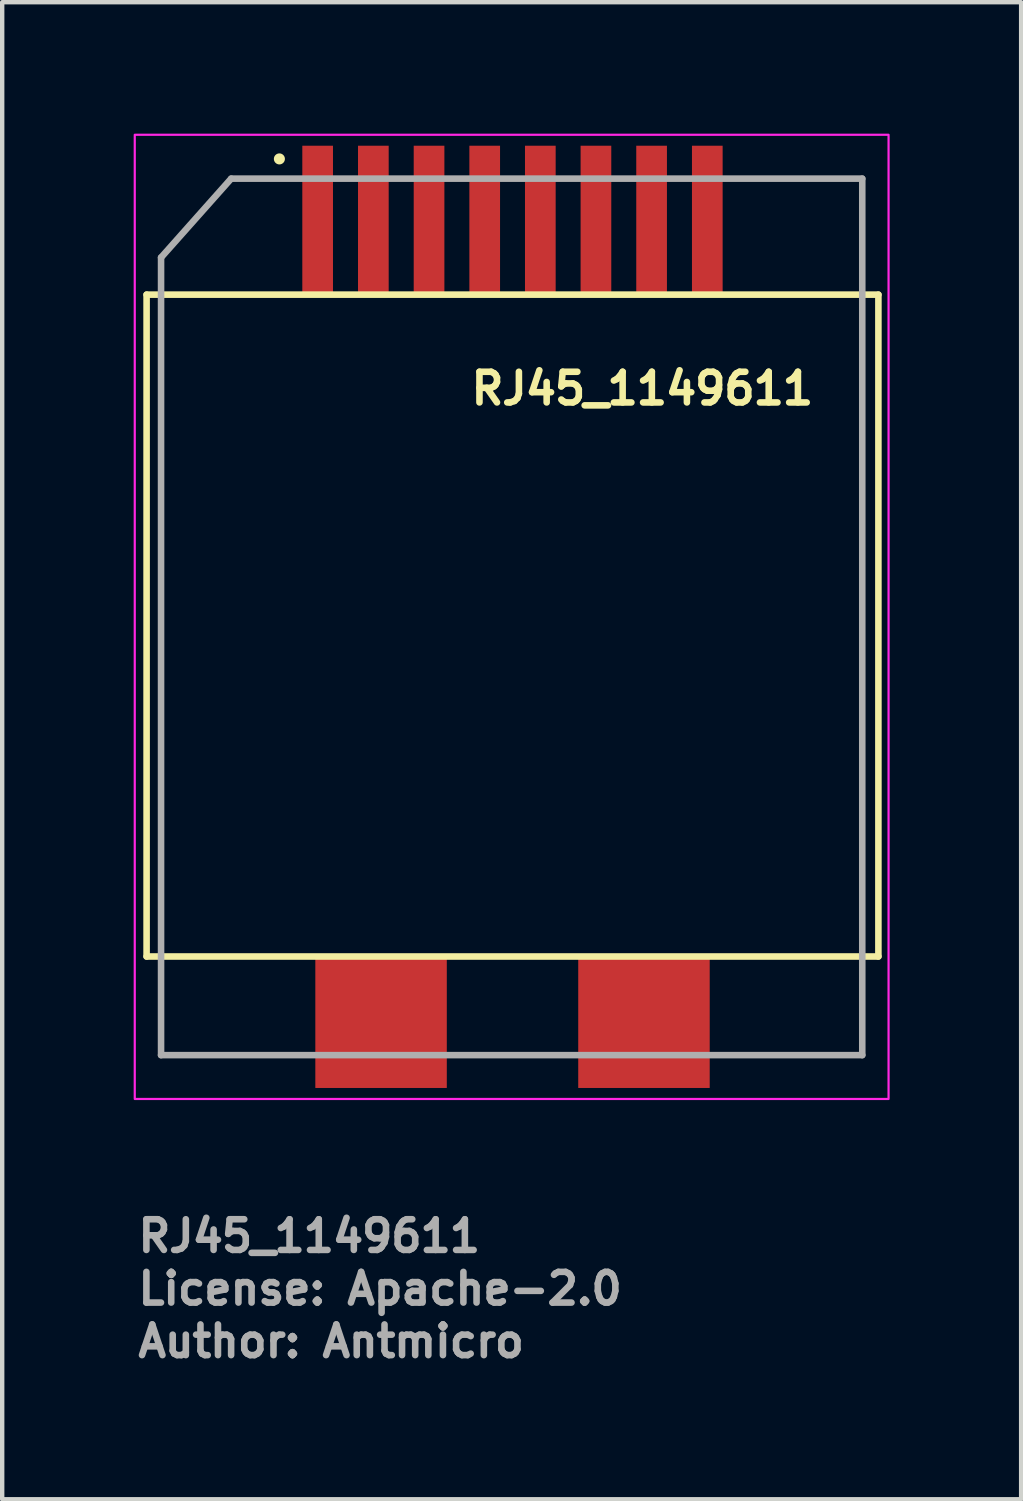
<source format=kicad_pcb>
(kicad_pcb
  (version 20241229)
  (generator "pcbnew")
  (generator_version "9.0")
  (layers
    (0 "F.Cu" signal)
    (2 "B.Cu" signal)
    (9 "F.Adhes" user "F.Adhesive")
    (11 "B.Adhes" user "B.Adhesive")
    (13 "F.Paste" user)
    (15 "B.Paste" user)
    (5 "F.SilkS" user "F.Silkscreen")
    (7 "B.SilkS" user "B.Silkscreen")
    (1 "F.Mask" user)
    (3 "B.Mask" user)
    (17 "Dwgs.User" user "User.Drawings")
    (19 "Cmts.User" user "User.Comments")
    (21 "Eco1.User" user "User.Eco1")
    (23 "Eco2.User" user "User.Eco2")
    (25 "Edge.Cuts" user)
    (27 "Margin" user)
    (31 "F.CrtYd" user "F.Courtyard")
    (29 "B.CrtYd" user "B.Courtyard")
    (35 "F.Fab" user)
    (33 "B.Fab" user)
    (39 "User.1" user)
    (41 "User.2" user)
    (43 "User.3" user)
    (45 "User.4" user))
  (footprint "RJ45_1149611"
    (layer "F.Cu")
    (at 8.625 11.026)
    (property "Reference" "RJ45_1149611" (at -1 -4.8 0) (unlocked yes) (layer "F.SilkS") (effects (font (size 0.7 0.7) (thickness 0.15)) (justify left bottom)))
    (attr smd)
    (fp_line (start -8.33 -7.353) (end -8.33 7.749) (stroke (width 0.15) (type solid)) (layer "F.SilkS"))
    (fp_line (start -8.33 -7.353) (end 8.368 -7.353) (stroke (width 0.15) (type solid)) (layer "F.SilkS"))
    (fp_line (start -8.33 7.749) (end 8.368 7.749) (stroke (width 0.15) (type solid)) (layer "F.SilkS"))
    (fp_line (start 8.368 -7.353) (end 8.368 7.749) (stroke (width 0.15) (type solid)) (layer "F.SilkS"))
    (fp_circle (center -5.3 -10.45) (end -5.249 -10.45) (stroke (width 0.15) (type solid)) (fill yes) (layer "F.SilkS"))
    (fp_rect (start -8.6 -11.001) (end 8.6 11) (stroke (width 0.05) (type solid)) (fill no) (layer "F.CrtYd"))
    (fp_line (start -8 -8.2) (end -8 10) (stroke (width 0.15) (type solid)) (layer "F.Fab"))
    (fp_line (start -8 10) (end 8 10) (stroke (width 0.15) (type solid)) (layer "F.Fab"))
    (fp_line (start -6.4 -10) (end -8 -8.2) (stroke (width 0.15) (type solid)) (layer "F.Fab"))
    (fp_line (start 8 -10) (end -6.4 -10) (stroke (width 0.15) (type solid)) (layer "F.Fab"))
    (fp_line (start 8 10) (end 8 -10) (stroke (width 0.15) (type solid)) (layer "F.Fab"))
    (fp_rect (start -8.051 -10.051) (end 8.05 10.05) (stroke (width 0.1) (type solid)) (fill no) (layer "User.5"))
    (fp_line (start -8.051 -6.752) (end -8.051 7.15) (stroke (width 0.02) (type solid)) (layer "User.9"))
    (fp_line (start -8.051 -6.752) (end -7.75 -6.752) (stroke (width 0.02) (type solid)) (layer "User.9"))
    (fp_line (start -8.051 7.15) (end -7.75 7.15) (stroke (width 0.02) (type solid)) (layer "User.9"))
    (fp_line (start -7.75 -7.052) (end -7.75 -6.752) (stroke (width 0.02) (type solid)) (layer "User.9"))
    (fp_line (start -7.75 7.448) (end -7.75 7.15) (stroke (width 0.02) (type solid)) (layer "User.9"))
    (fp_line (start -6.755 -1.486) (end -6.255 -1.486) (stroke (width 0.02) (type solid)) (layer "User.9"))
    (fp_line (start -6.755 -0.986) (end -6.755 -1.486) (stroke (width 0.02) (type solid)) (layer "User.9"))
    (fp_line (start -6.755 1.513) (end -6.755 1.013) (stroke (width 0.02) (type solid)) (layer "User.9"))
    (fp_line (start -6.255 -3.701) (end 6.254 -3.701) (stroke (width 0.02) (type solid)) (layer "User.9"))
    (fp_line (start -6.255 -1.486) (end -6.255 -3.701) (stroke (width 0.02) (type solid)) (layer "User.9"))
    (fp_line (start -6.255 1.513) (end -6.755 1.513) (stroke (width 0.02) (type solid)) (layer "User.9"))
    (fp_line (start -6.255 3.729) (end -6.255 1.513) (stroke (width 0.02) (type solid)) (layer "User.9"))
    (fp_line (start -5.955 -3.402) (end 5.953 -3.402) (stroke (width 0.02) (type solid)) (layer "User.9"))
    (fp_line (start -5.955 -0.986) (end -5.955 -3.402) (stroke (width 0.02) (type solid)) (layer "User.9"))
    (fp_line (start -5.955 3.429) (end -5.955 1.013) (stroke (width 0.02) (type solid)) (layer "User.9"))
    (fp_line (start -5.555 -0.986) (end -6.755 -0.986) (stroke (width 0.02) (type solid)) (layer "User.9"))
    (fp_line (start -5.555 -0.986) (end -5.217 -0.986) (stroke (width 0.02) (type solid)) (layer "User.9"))
    (fp_line (start -5.555 1.013) (end -6.755 1.013) (stroke (width 0.02) (type solid)) (layer "User.9"))
    (fp_line (start -5.555 1.013) (end -5.217 1.013) (stroke (width 0.02) (type solid)) (layer "User.9"))
    (fp_line (start -5.217 -0.986) (end -5.217 -0.986) (stroke (width 0.02) (type solid)) (layer "User.9"))
    (fp_line (start -5.217 -0.986) (end -5.055 -0.986) (stroke (width 0.02) (type solid)) (layer "User.9"))
    (fp_line (start -5.217 1.013) (end -5.217 1.013) (stroke (width 0.02) (type solid)) (layer "User.9"))
    (fp_line (start -5.217 1.013) (end -5.055 1.013) (stroke (width 0.02) (type solid)) (layer "User.9"))
    (fp_line (start -5.055 -0.986) (end -4.816 -0.986) (stroke (width 0.02) (type solid)) (layer "User.9"))
    (fp_line (start -5.055 1.013) (end -4.816 1.013) (stroke (width 0.02) (type solid)) (layer "User.9"))
    (fp_line (start -4.816 -0.986) (end -4.803 -0.986) (stroke (width 0.02) (type solid)) (layer "User.9"))
    (fp_line (start -4.816 1.013) (end -4.803 1.013) (stroke (width 0.02) (type solid)) (layer "User.9"))
    (fp_line (start -4.803 1.013) (end -4.803 -0.986) (stroke (width 0.02) (type solid)) (layer "User.9"))
    (fp_line (start -4.675 -7.052) (end -4.675 -10.051) (stroke (width 0.02) (type solid)) (layer "User.9"))
    (fp_line (start -4.215 -10.051) (end -4.675 -10.051) (stroke (width 0.02) (type solid)) (layer "User.9"))
    (fp_line (start -4.215 -10.051) (end -4.215 -7.052) (stroke (width 0.02) (type solid)) (layer "User.9"))
    (fp_line (start -4 9.65) (end -4 7.448) (stroke (width 0.02) (type solid)) (layer "User.9"))
    (fp_line (start -4 9.65) (end -4 9.669) (stroke (width 0.02) (type solid)) (layer "User.9"))
    (fp_line (start -4 9.669) (end -3.999 9.689) (stroke (width 0.02) (type solid)) (layer "User.9"))
    (fp_line (start -3.999 9.689) (end -3.996 9.71) (stroke (width 0.02) (type solid)) (layer "User.9"))
    (fp_line (start -3.996 9.71) (end -3.992 9.73) (stroke (width 0.02) (type solid)) (layer "User.9"))
    (fp_line (start -3.992 9.73) (end -3.988 9.749) (stroke (width 0.02) (type solid)) (layer "User.9"))
    (fp_line (start -3.988 9.749) (end -3.984 9.768) (stroke (width 0.02) (type solid)) (layer "User.9"))
    (fp_line (start -3.984 9.768) (end -3.976 9.787) (stroke (width 0.02) (type solid)) (layer "User.9"))
    (fp_line (start -3.976 9.787) (end -3.969 9.804) (stroke (width 0.02) (type solid)) (layer "User.9"))
    (fp_line (start -3.969 9.804) (end -3.962 9.823) (stroke (width 0.02) (type solid)) (layer "User.9"))
    (fp_line (start -3.962 9.823) (end -3.952 9.839) (stroke (width 0.02) (type solid)) (layer "User.9"))
    (fp_line (start -3.952 9.839) (end -3.943 9.856) (stroke (width 0.02) (type solid)) (layer "User.9"))
    (fp_line (start -3.943 9.856) (end -3.932 9.872) (stroke (width 0.02) (type solid)) (layer "User.9"))
    (fp_line (start -3.932 9.872) (end -3.922 9.888) (stroke (width 0.02) (type solid)) (layer "User.9"))
    (fp_line (start -3.922 9.888) (end -3.91 9.903) (stroke (width 0.02) (type solid)) (layer "User.9"))
    (fp_line (start -3.91 9.903) (end -3.898 9.918) (stroke (width 0.02) (type solid)) (layer "User.9"))
    (fp_line (start -3.898 9.918) (end -3.883 9.932) (stroke (width 0.02) (type solid)) (layer "User.9"))
    (fp_line (start -3.883 9.932) (end -3.87 9.945) (stroke (width 0.02) (type solid)) (layer "User.9"))
    (fp_line (start -3.87 9.945) (end -3.855 9.957) (stroke (width 0.02) (type solid)) (layer "User.9"))
    (fp_line (start -3.855 9.957) (end -3.84 9.97) (stroke (width 0.02) (type solid)) (layer "User.9"))
    (fp_line (start -3.84 9.97) (end -3.825 9.98) (stroke (width 0.02) (type solid)) (layer "User.9"))
    (fp_line (start -3.825 9.98) (end -3.809 9.992) (stroke (width 0.02) (type solid)) (layer "User.9"))
    (fp_line (start -3.809 9.992) (end -3.791 10) (stroke (width 0.02) (type solid)) (layer "User.9"))
    (fp_line (start -3.801 -3.329) (end -3.801 -3.402) (stroke (width 0.02) (type solid)) (layer "User.9"))
    (fp_line (start -3.801 -1.178) (end -3.801 -3.329) (stroke (width 0.02) (type solid)) (layer "User.9"))
    (fp_line (start -3.791 10) (end -3.774 10.009) (stroke (width 0.02) (type solid)) (layer "User.9"))
    (fp_line (start -3.774 10.009) (end -3.757 10.018) (stroke (width 0.02) (type solid)) (layer "User.9"))
    (fp_line (start -3.757 10.018) (end -3.738 10.025) (stroke (width 0.02) (type solid)) (layer "User.9"))
    (fp_line (start -3.738 10.025) (end -3.719 10.031) (stroke (width 0.02) (type solid)) (layer "User.9"))
    (fp_line (start -3.719 10.031) (end -3.701 10.037) (stroke (width 0.02) (type solid)) (layer "User.9"))
    (fp_line (start -3.701 10.037) (end -3.681 10.041) (stroke (width 0.02) (type solid)) (layer "User.9"))
    (fp_line (start -3.681 10.041) (end -3.661 10.044) (stroke (width 0.02) (type solid)) (layer "User.9"))
    (fp_line (start -3.661 10.044) (end -3.641 10.047) (stroke (width 0.02) (type solid)) (layer "User.9"))
    (fp_line (start -3.641 10.047) (end -3.621 10.048) (stroke (width 0.02) (type solid)) (layer "User.9"))
    (fp_line (start -3.621 10.048) (end -3.601 10.05) (stroke (width 0.02) (type solid)) (layer "User.9"))
    (fp_line (start -3.451 3.729) (end -6.255 3.729) (stroke (width 0.02) (type solid)) (layer "User.9"))
    (fp_line (start -3.451 5.419) (end -3.451 3.729) (stroke (width 0.02) (type solid)) (layer "User.9"))
    (fp_line (start -3.406 -7.052) (end -3.406 -10.051) (stroke (width 0.02) (type solid)) (layer "User.9"))
    (fp_line (start -3.34 -3.329) (end -3.34 -3.402) (stroke (width 0.02) (type solid)) (layer "User.9"))
    (fp_line (start -3.34 -1.178) (end -3.801 -1.178) (stroke (width 0.02) (type solid)) (layer "User.9"))
    (fp_line (start -3.34 -1.178) (end -3.34 -3.329) (stroke (width 0.02) (type solid)) (layer "User.9"))
    (fp_line (start -3.15 0.199) (end 3.149 0.199) (stroke (width 0.02) (type solid)) (layer "User.9"))
    (fp_line (start -3.15 2.128) (end -5.955 2.128) (stroke (width 0.02) (type solid)) (layer "User.9"))
    (fp_line (start -3.15 2.128) (end -3.15 0.199) (stroke (width 0.02) (type solid)) (layer "User.9"))
    (fp_line (start -3.15 3.429) (end -5.955 3.429) (stroke (width 0.02) (type solid)) (layer "User.9"))
    (fp_line (start -3.15 3.429) (end -3.15 2.128) (stroke (width 0.02) (type solid)) (layer "User.9"))
    (fp_line (start -3.15 5.068) (end 3.149 5.068) (stroke (width 0.02) (type solid)) (layer "User.9"))
    (fp_line (start -3.15 5.118) (end -3.15 3.429) (stroke (width 0.02) (type solid)) (layer "User.9"))
    (fp_line (start -2.945 -10.051) (end -3.406 -10.051) (stroke (width 0.02) (type solid)) (layer "User.9"))
    (fp_line (start -2.945 -10.051) (end -2.945 -7.052) (stroke (width 0.02) (type solid)) (layer "User.9"))
    (fp_line (start -2.801 8.229) (end -2.798 8.208) (stroke (width 0.02) (type solid)) (layer "User.9"))
    (fp_line (start -2.801 8.249) (end -2.801 8.229) (stroke (width 0.02) (type solid)) (layer "User.9"))
    (fp_line (start -2.801 8.249) (end -2.801 8.948) (stroke (width 0.02) (type solid)) (layer "User.9"))
    (fp_line (start -2.801 8.97) (end -2.801 8.948) (stroke (width 0.02) (type solid)) (layer "User.9"))
    (fp_line (start -2.798 8.208) (end -2.797 8.188) (stroke (width 0.02) (type solid)) (layer "User.9"))
    (fp_line (start -2.798 8.99) (end -2.801 8.97) (stroke (width 0.02) (type solid)) (layer "User.9"))
    (fp_line (start -2.797 8.188) (end -2.793 8.169) (stroke (width 0.02) (type solid)) (layer "User.9"))
    (fp_line (start -2.797 9.009) (end -2.798 8.99) (stroke (width 0.02) (type solid)) (layer "User.9"))
    (fp_line (start -2.793 8.169) (end -2.789 8.15) (stroke (width 0.02) (type solid)) (layer "User.9"))
    (fp_line (start -2.793 9.029) (end -2.797 9.009) (stroke (width 0.02) (type solid)) (layer "User.9"))
    (fp_line (start -2.789 8.15) (end -2.782 8.131) (stroke (width 0.02) (type solid)) (layer "User.9"))
    (fp_line (start -2.789 9.048) (end -2.793 9.029) (stroke (width 0.02) (type solid)) (layer "User.9"))
    (fp_line (start -2.782 8.131) (end -2.777 8.111) (stroke (width 0.02) (type solid)) (layer "User.9"))
    (fp_line (start -2.782 9.067) (end -2.789 9.048) (stroke (width 0.02) (type solid)) (layer "User.9"))
    (fp_line (start -2.781 -3.329) (end -2.781 -3.402) (stroke (width 0.02) (type solid)) (layer "User.9"))
    (fp_line (start -2.781 -1.178) (end -2.781 -3.329) (stroke (width 0.02) (type solid)) (layer "User.9"))
    (fp_line (start -2.777 8.111) (end -2.77 8.093) (stroke (width 0.02) (type solid)) (layer "User.9"))
    (fp_line (start -2.777 9.086) (end -2.782 9.067) (stroke (width 0.02) (type solid)) (layer "User.9"))
    (fp_line (start -2.77 8.093) (end -2.762 8.076) (stroke (width 0.02) (type solid)) (layer "User.9"))
    (fp_line (start -2.77 9.105) (end -2.777 9.086) (stroke (width 0.02) (type solid)) (layer "User.9"))
    (fp_line (start -2.762 8.076) (end -2.753 8.059) (stroke (width 0.02) (type solid)) (layer "User.9"))
    (fp_line (start -2.762 9.122) (end -2.77 9.105) (stroke (width 0.02) (type solid)) (layer "User.9"))
    (fp_line (start -2.753 8.059) (end -2.743 8.041) (stroke (width 0.02) (type solid)) (layer "User.9"))
    (fp_line (start -2.753 9.14) (end -2.762 9.122) (stroke (width 0.02) (type solid)) (layer "User.9"))
    (fp_line (start -2.743 8.041) (end -2.733 8.025) (stroke (width 0.02) (type solid)) (layer "User.9"))
    (fp_line (start -2.743 9.156) (end -2.753 9.14) (stroke (width 0.02) (type solid)) (layer "User.9"))
    (fp_line (start -2.733 8.025) (end -2.722 8.009) (stroke (width 0.02) (type solid)) (layer "User.9"))
    (fp_line (start -2.733 9.172) (end -2.743 9.156) (stroke (width 0.02) (type solid)) (layer "User.9"))
    (fp_line (start -2.722 8.009) (end -2.71 7.994) (stroke (width 0.02) (type solid)) (layer "User.9"))
    (fp_line (start -2.722 9.188) (end -2.733 9.172) (stroke (width 0.02) (type solid)) (layer "User.9"))
    (fp_line (start -2.71 7.994) (end -2.698 7.98) (stroke (width 0.02) (type solid)) (layer "User.9"))
    (fp_line (start -2.71 9.204) (end -2.722 9.188) (stroke (width 0.02) (type solid)) (layer "User.9"))
    (fp_line (start -2.698 7.98) (end -2.684 7.967) (stroke (width 0.02) (type solid)) (layer "User.9"))
    (fp_line (start -2.698 9.217) (end -2.71 9.204) (stroke (width 0.02) (type solid)) (layer "User.9"))
    (fp_line (start -2.684 7.967) (end -2.669 7.953) (stroke (width 0.02) (type solid)) (layer "User.9"))
    (fp_line (start -2.684 9.231) (end -2.698 9.217) (stroke (width 0.02) (type solid)) (layer "User.9"))
    (fp_line (start -2.669 7.953) (end -2.656 7.94) (stroke (width 0.02) (type solid)) (layer "User.9"))
    (fp_line (start -2.669 9.245) (end -2.684 9.231) (stroke (width 0.02) (type solid)) (layer "User.9"))
    (fp_line (start -2.656 7.94) (end -2.641 7.929) (stroke (width 0.02) (type solid)) (layer "User.9"))
    (fp_line (start -2.656 9.258) (end -2.669 9.245) (stroke (width 0.02) (type solid)) (layer "User.9"))
    (fp_line (start -2.641 7.929) (end -2.625 7.917) (stroke (width 0.02) (type solid)) (layer "User.9"))
    (fp_line (start -2.641 9.269) (end -2.656 9.258) (stroke (width 0.02) (type solid)) (layer "User.9"))
    (fp_line (start -2.625 7.917) (end -2.609 7.908) (stroke (width 0.02) (type solid)) (layer "User.9"))
    (fp_line (start -2.625 9.281) (end -2.641 9.269) (stroke (width 0.02) (type solid)) (layer "User.9"))
    (fp_line (start -2.609 7.908) (end -2.592 7.898) (stroke (width 0.02) (type solid)) (layer "User.9"))
    (fp_line (start -2.609 9.291) (end -2.625 9.281) (stroke (width 0.02) (type solid)) (layer "User.9"))
    (fp_line (start -2.592 7.898) (end -2.574 7.889) (stroke (width 0.02) (type solid)) (layer "User.9"))
    (fp_line (start -2.592 9.3) (end -2.609 9.291) (stroke (width 0.02) (type solid)) (layer "User.9"))
    (fp_line (start -2.574 7.889) (end -2.556 7.881) (stroke (width 0.02) (type solid)) (layer "User.9"))
    (fp_line (start -2.574 9.31) (end -2.592 9.3) (stroke (width 0.02) (type solid)) (layer "User.9"))
    (fp_line (start -2.556 7.881) (end -2.539 7.874) (stroke (width 0.02) (type solid)) (layer "User.9"))
    (fp_line (start -2.556 9.317) (end -2.574 9.31) (stroke (width 0.02) (type solid)) (layer "User.9"))
    (fp_line (start -2.539 7.874) (end -2.52 7.868) (stroke (width 0.02) (type solid)) (layer "User.9"))
    (fp_line (start -2.539 9.325) (end -2.556 9.317) (stroke (width 0.02) (type solid)) (layer "User.9"))
    (fp_line (start -2.52 7.868) (end -2.5 7.861) (stroke (width 0.02) (type solid)) (layer "User.9"))
    (fp_line (start -2.52 9.33) (end -2.539 9.325) (stroke (width 0.02) (type solid)) (layer "User.9"))
    (fp_line (start -2.5 7.861) (end -2.481 7.858) (stroke (width 0.02) (type solid)) (layer "User.9"))
    (fp_line (start -2.5 9.336) (end -2.52 9.33) (stroke (width 0.02) (type solid)) (layer "User.9"))
    (fp_line (start -2.481 7.858) (end -2.461 7.853) (stroke (width 0.02) (type solid)) (layer "User.9"))
    (fp_line (start -2.481 9.341) (end -2.5 9.336) (stroke (width 0.02) (type solid)) (layer "User.9"))
    (fp_line (start -2.461 7.853) (end -2.441 7.852) (stroke (width 0.02) (type solid)) (layer "User.9"))
    (fp_line (start -2.461 9.345) (end -2.481 9.341) (stroke (width 0.02) (type solid)) (layer "User.9"))
    (fp_line (start -2.441 7.852) (end -2.422 7.85) (stroke (width 0.02) (type solid)) (layer "User.9"))
    (fp_line (start -2.441 9.346) (end -2.461 9.345) (stroke (width 0.02) (type solid)) (layer "User.9"))
    (fp_line (start -2.422 7.85) (end -2.4 7.85) (stroke (width 0.02) (type solid)) (layer "User.9"))
    (fp_line (start -2.422 9.349) (end -2.441 9.346) (stroke (width 0.02) (type solid)) (layer "User.9"))
    (fp_line (start -2.4 7.85) (end -2.4 7.85) (stroke (width 0.02) (type solid)) (layer "User.9"))
    (fp_line (start -2.4 7.85) (end -2.38 7.85) (stroke (width 0.02) (type solid)) (layer "User.9"))
    (fp_line (start -2.4 9.349) (end -2.422 9.349) (stroke (width 0.02) (type solid)) (layer "User.9"))
    (fp_line (start -2.4 9.349) (end -2.4 9.349) (stroke (width 0.02) (type solid)) (layer "User.9"))
    (fp_line (start -2.38 7.85) (end -2.36 7.852) (stroke (width 0.02) (type solid)) (layer "User.9"))
    (fp_line (start -2.38 9.349) (end -2.4 9.349) (stroke (width 0.02) (type solid)) (layer "User.9"))
    (fp_line (start -2.36 7.852) (end -2.34 7.853) (stroke (width 0.02) (type solid)) (layer "User.9"))
    (fp_line (start -2.36 9.346) (end -2.38 9.349) (stroke (width 0.02) (type solid)) (layer "User.9"))
    (fp_line (start -2.34 7.853) (end -2.32 7.858) (stroke (width 0.02) (type solid)) (layer "User.9"))
    (fp_line (start -2.34 9.345) (end -2.36 9.346) (stroke (width 0.02) (type solid)) (layer "User.9"))
    (fp_line (start -2.331 5.419) (end -3.451 5.419) (stroke (width 0.02) (type solid)) (layer "User.9"))
    (fp_line (start -2.331 7.198) (end 2.33 7.198) (stroke (width 0.02) (type solid)) (layer "User.9"))
    (fp_line (start -2.331 7.448) (end -7.75 7.448) (stroke (width 0.02) (type solid)) (layer "User.9"))
    (fp_line (start -2.331 7.448) (end -2.331 5.419) (stroke (width 0.02) (type solid)) (layer "User.9"))
    (fp_line (start -2.331 7.448) (end 2.33 7.448) (stroke (width 0.02) (type solid)) (layer "User.9"))
    (fp_line (start -2.32 -3.329) (end -2.32 -3.402) (stroke (width 0.02) (type solid)) (layer "User.9"))
    (fp_line (start -2.32 -1.178) (end -2.781 -1.178) (stroke (width 0.02) (type solid)) (layer "User.9"))
    (fp_line (start -2.32 -1.178) (end -2.32 -3.329) (stroke (width 0.02) (type solid)) (layer "User.9"))
    (fp_line (start -2.32 7.858) (end -2.302 7.861) (stroke (width 0.02) (type solid)) (layer "User.9"))
    (fp_line (start -2.32 9.341) (end -2.34 9.345) (stroke (width 0.02) (type solid)) (layer "User.9"))
    (fp_line (start -2.302 7.861) (end -2.282 7.868) (stroke (width 0.02) (type solid)) (layer "User.9"))
    (fp_line (start -2.302 9.336) (end -2.32 9.341) (stroke (width 0.02) (type solid)) (layer "User.9"))
    (fp_line (start -2.282 7.868) (end -2.263 7.874) (stroke (width 0.02) (type solid)) (layer "User.9"))
    (fp_line (start -2.282 9.33) (end -2.302 9.336) (stroke (width 0.02) (type solid)) (layer "User.9"))
    (fp_line (start -2.263 7.874) (end -2.246 7.881) (stroke (width 0.02) (type solid)) (layer "User.9"))
    (fp_line (start -2.263 9.325) (end -2.282 9.33) (stroke (width 0.02) (type solid)) (layer "User.9"))
    (fp_line (start -2.246 7.881) (end -2.227 7.889) (stroke (width 0.02) (type solid)) (layer "User.9"))
    (fp_line (start -2.246 9.317) (end -2.263 9.325) (stroke (width 0.02) (type solid)) (layer "User.9"))
    (fp_line (start -2.227 7.889) (end -2.21 7.898) (stroke (width 0.02) (type solid)) (layer "User.9"))
    (fp_line (start -2.227 9.31) (end -2.246 9.317) (stroke (width 0.02) (type solid)) (layer "User.9"))
    (fp_line (start -2.21 7.898) (end -2.194 7.908) (stroke (width 0.02) (type solid)) (layer "User.9"))
    (fp_line (start -2.21 9.3) (end -2.227 9.31) (stroke (width 0.02) (type solid)) (layer "User.9"))
    (fp_line (start -2.194 7.908) (end -2.178 7.917) (stroke (width 0.02) (type solid)) (layer "User.9"))
    (fp_line (start -2.194 9.291) (end -2.21 9.3) (stroke (width 0.02) (type solid)) (layer "User.9"))
    (fp_line (start -2.178 7.917) (end -2.161 7.929) (stroke (width 0.02) (type solid)) (layer "User.9"))
    (fp_line (start -2.178 9.281) (end -2.194 9.291) (stroke (width 0.02) (type solid)) (layer "User.9"))
    (fp_line (start -2.161 7.929) (end -2.146 7.94) (stroke (width 0.02) (type solid)) (layer "User.9"))
    (fp_line (start -2.161 9.269) (end -2.178 9.281) (stroke (width 0.02) (type solid)) (layer "User.9"))
    (fp_line (start -2.146 7.94) (end -2.133 7.953) (stroke (width 0.02) (type solid)) (layer "User.9"))
    (fp_line (start -2.146 9.258) (end -2.161 9.269) (stroke (width 0.02) (type solid)) (layer "User.9"))
    (fp_line (start -2.136 -7.052) (end -2.136 -10.051) (stroke (width 0.02) (type solid)) (layer "User.9"))
    (fp_line (start -2.133 7.953) (end -2.118 7.967) (stroke (width 0.02) (type solid)) (layer "User.9"))
    (fp_line (start -2.133 9.245) (end -2.146 9.258) (stroke (width 0.02) (type solid)) (layer "User.9"))
    (fp_line (start -2.118 7.967) (end -2.105 7.98) (stroke (width 0.02) (type solid)) (layer "User.9"))
    (fp_line (start -2.118 9.231) (end -2.133 9.245) (stroke (width 0.02) (type solid)) (layer "User.9"))
    (fp_line (start -2.105 7.98) (end -2.093 7.994) (stroke (width 0.02) (type solid)) (layer "User.9"))
    (fp_line (start -2.105 9.217) (end -2.118 9.231) (stroke (width 0.02) (type solid)) (layer "User.9"))
    (fp_line (start -2.093 7.994) (end -2.081 8.009) (stroke (width 0.02) (type solid)) (layer "User.9"))
    (fp_line (start -2.093 9.204) (end -2.105 9.217) (stroke (width 0.02) (type solid)) (layer "User.9"))
    (fp_line (start -2.081 8.009) (end -2.069 8.025) (stroke (width 0.02) (type solid)) (layer "User.9"))
    (fp_line (start -2.081 9.188) (end -2.093 9.204) (stroke (width 0.02) (type solid)) (layer "User.9"))
    (fp_line (start -2.069 8.025) (end -2.058 8.041) (stroke (width 0.02) (type solid)) (layer "User.9"))
    (fp_line (start -2.069 9.172) (end -2.081 9.188) (stroke (width 0.02) (type solid)) (layer "User.9"))
    (fp_line (start -2.058 8.041) (end -2.049 8.059) (stroke (width 0.02) (type solid)) (layer "User.9"))
    (fp_line (start -2.058 9.156) (end -2.069 9.172) (stroke (width 0.02) (type solid)) (layer "User.9"))
    (fp_line (start -2.049 8.059) (end -2.04 8.076) (stroke (width 0.02) (type solid)) (layer "User.9"))
    (fp_line (start -2.049 9.14) (end -2.058 9.156) (stroke (width 0.02) (type solid)) (layer "User.9"))
    (fp_line (start -2.04 8.076) (end -2.032 8.093) (stroke (width 0.02) (type solid)) (layer "User.9"))
    (fp_line (start -2.04 9.122) (end -2.049 9.14) (stroke (width 0.02) (type solid)) (layer "User.9"))
    (fp_line (start -2.032 8.093) (end -2.025 8.111) (stroke (width 0.02) (type solid)) (layer "User.9"))
    (fp_line (start -2.032 9.105) (end -2.04 9.122) (stroke (width 0.02) (type solid)) (layer "User.9"))
    (fp_line (start -2.031 5.118) (end -3.15 5.118) (stroke (width 0.02) (type solid)) (layer "User.9"))
    (fp_line (start -2.031 7.007) (end -2.031 5.118) (stroke (width 0.02) (type solid)) (layer "User.9"))
    (fp_line (start -2.031 7.007) (end 2.03 7.007) (stroke (width 0.02) (type solid)) (layer "User.9"))
    (fp_line (start -2.025 8.111) (end -2.02 8.131) (stroke (width 0.02) (type solid)) (layer "User.9"))
    (fp_line (start -2.025 9.086) (end -2.032 9.105) (stroke (width 0.02) (type solid)) (layer "User.9"))
    (fp_line (start -2.02 8.131) (end -2.013 8.15) (stroke (width 0.02) (type solid)) (layer "User.9"))
    (fp_line (start -2.02 9.067) (end -2.025 9.086) (stroke (width 0.02) (type solid)) (layer "User.9"))
    (fp_line (start -2.013 8.15) (end -2.009 8.169) (stroke (width 0.02) (type solid)) (layer "User.9"))
    (fp_line (start -2.013 9.048) (end -2.02 9.067) (stroke (width 0.02) (type solid)) (layer "User.9"))
    (fp_line (start -2.009 8.169) (end -2.005 8.188) (stroke (width 0.02) (type solid)) (layer "User.9"))
    (fp_line (start -2.009 9.029) (end -2.013 9.048) (stroke (width 0.02) (type solid)) (layer "User.9"))
    (fp_line (start -2.005 8.188) (end -2.004 8.208) (stroke (width 0.02) (type solid)) (layer "User.9"))
    (fp_line (start -2.005 9.009) (end -2.009 9.029) (stroke (width 0.02) (type solid)) (layer "User.9"))
    (fp_line (start -2.004 8.208) (end -2.001 8.229) (stroke (width 0.02) (type solid)) (layer "User.9"))
    (fp_line (start -2.004 8.99) (end -2.005 9.009) (stroke (width 0.02) (type solid)) (layer "User.9"))
    (fp_line (start -2.001 8.229) (end -2 8.249) (stroke (width 0.02) (type solid)) (layer "User.9"))
    (fp_line (start -2.001 8.97) (end -2.004 8.99) (stroke (width 0.02) (type solid)) (layer "User.9"))
    (fp_line (start -2 8.948) (end -2.001 8.97) (stroke (width 0.02) (type solid)) (layer "User.9"))
    (fp_line (start -2 8.948) (end -2 8.249) (stroke (width 0.02) (type solid)) (layer "User.9"))
    (fp_line (start -1.76 -3.329) (end -1.76 -3.402) (stroke (width 0.02) (type solid)) (layer "User.9"))
    (fp_line (start -1.76 -1.178) (end -1.76 -3.329) (stroke (width 0.02) (type solid)) (layer "User.9"))
    (fp_line (start -1.676 -10.051) (end -2.136 -10.051) (stroke (width 0.02) (type solid)) (layer "User.9"))
    (fp_line (start -1.676 -10.051) (end -1.676 -7.052) (stroke (width 0.02) (type solid)) (layer "User.9"))
    (fp_line (start -1.301 -3.329) (end -1.301 -3.402) (stroke (width 0.02) (type solid)) (layer "User.9"))
    (fp_line (start -1.301 -1.178) (end -1.76 -1.178) (stroke (width 0.02) (type solid)) (layer "User.9"))
    (fp_line (start -1.301 -1.178) (end -1.301 -3.329) (stroke (width 0.02) (type solid)) (layer "User.9"))
    (fp_line (start -1.25 7.448) (end -1.25 9.188) (stroke (width 0.02) (type solid)) (layer "User.9"))
    (fp_line (start -1.25 9.188) (end -1.25 9.24) (stroke (width 0.02) (type solid)) (layer "User.9"))
    (fp_line (start -1.25 9.24) (end -1.25 9.829) (stroke (width 0.02) (type solid)) (layer "User.9"))
    (fp_line (start -1.25 9.829) (end -1.25 9.951) (stroke (width 0.02) (type solid)) (layer "User.9"))
    (fp_line (start -0.865 -7.052) (end -0.865 -10.051) (stroke (width 0.02) (type solid)) (layer "User.9"))
    (fp_line (start -0.74 -3.329) (end -0.74 -3.402) (stroke (width 0.02) (type solid)) (layer "User.9"))
    (fp_line (start -0.74 -1.178) (end -0.74 -3.329) (stroke (width 0.02) (type solid)) (layer "User.9"))
    (fp_line (start -0.406 -10.051) (end -0.865 -10.051) (stroke (width 0.02) (type solid)) (layer "User.9"))
    (fp_line (start -0.406 -10.051) (end -0.406 -7.052) (stroke (width 0.02) (type solid)) (layer "User.9"))
    (fp_line (start -0.281 -3.329) (end -0.281 -3.402) (stroke (width 0.02) (type solid)) (layer "User.9"))
    (fp_line (start -0.281 -1.178) (end -0.74 -1.178) (stroke (width 0.02) (type solid)) (layer "User.9"))
    (fp_line (start -0.281 -1.178) (end -0.281 -3.329) (stroke (width 0.02) (type solid)) (layer "User.9"))
    (fp_line (start 0.28 -3.329) (end 0.28 -3.402) (stroke (width 0.02) (type solid)) (layer "User.9"))
    (fp_line (start 0.28 -1.178) (end 0.28 -3.329) (stroke (width 0.02) (type solid)) (layer "User.9"))
    (fp_line (start 0.405 -7.052) (end 0.405 -10.051) (stroke (width 0.02) (type solid)) (layer "User.9"))
    (fp_line (start 0.739 -3.329) (end 0.739 -3.402) (stroke (width 0.02) (type solid)) (layer "User.9"))
    (fp_line (start 0.739 -1.178) (end 0.28 -1.178) (stroke (width 0.02) (type solid)) (layer "User.9"))
    (fp_line (start 0.739 -1.178) (end 0.739 -3.329) (stroke (width 0.02) (type solid)) (layer "User.9"))
    (fp_line (start 0.864 -10.051) (end 0.405 -10.051) (stroke (width 0.02) (type solid)) (layer "User.9"))
    (fp_line (start 0.864 -10.051) (end 0.864 -7.052) (stroke (width 0.02) (type solid)) (layer "User.9"))
    (fp_line (start 1.249 7.448) (end 1.249 9.188) (stroke (width 0.02) (type solid)) (layer "User.9"))
    (fp_line (start 1.249 9.188) (end 1.249 9.24) (stroke (width 0.02) (type solid)) (layer "User.9"))
    (fp_line (start 1.249 9.24) (end 1.249 9.829) (stroke (width 0.02) (type solid)) (layer "User.9"))
    (fp_line (start 1.249 9.829) (end -1.25 9.829) (stroke (width 0.02) (type solid)) (layer "User.9"))
    (fp_line (start 1.249 9.829) (end 1.249 9.951) (stroke (width 0.02) (type solid)) (layer "User.9"))
    (fp_line (start 1.249 9.951) (end -1.25 9.951) (stroke (width 0.02) (type solid)) (layer "User.9"))
    (fp_line (start 1.3 -3.329) (end 1.3 -3.402) (stroke (width 0.02) (type solid)) (layer "User.9"))
    (fp_line (start 1.3 -1.178) (end 1.3 -3.329) (stroke (width 0.02) (type solid)) (layer "User.9"))
    (fp_line (start 1.675 -7.052) (end 1.675 -10.051) (stroke (width 0.02) (type solid)) (layer "User.9"))
    (fp_line (start 1.759 -3.329) (end 1.759 -3.402) (stroke (width 0.02) (type solid)) (layer "User.9"))
    (fp_line (start 1.759 -1.178) (end 1.3 -1.178) (stroke (width 0.02) (type solid)) (layer "User.9"))
    (fp_line (start 1.759 -1.178) (end 1.759 -3.329) (stroke (width 0.02) (type solid)) (layer "User.9"))
    (fp_line (start 1.999 8.229) (end 2.002 8.208) (stroke (width 0.02) (type solid)) (layer "User.9"))
    (fp_line (start 1.999 8.249) (end 1.999 8.229) (stroke (width 0.02) (type solid)) (layer "User.9"))
    (fp_line (start 1.999 8.249) (end 1.999 8.948) (stroke (width 0.02) (type solid)) (layer "User.9"))
    (fp_line (start 1.999 8.97) (end 1.999 8.948) (stroke (width 0.02) (type solid)) (layer "User.9"))
    (fp_line (start 2.002 8.208) (end 2.003 8.188) (stroke (width 0.02) (type solid)) (layer "User.9"))
    (fp_line (start 2.002 8.99) (end 1.999 8.97) (stroke (width 0.02) (type solid)) (layer "User.9"))
    (fp_line (start 2.003 8.188) (end 2.007 8.169) (stroke (width 0.02) (type solid)) (layer "User.9"))
    (fp_line (start 2.003 9.009) (end 2.002 8.99) (stroke (width 0.02) (type solid)) (layer "User.9"))
    (fp_line (start 2.007 8.169) (end 2.011 8.15) (stroke (width 0.02) (type solid)) (layer "User.9"))
    (fp_line (start 2.007 9.029) (end 2.003 9.009) (stroke (width 0.02) (type solid)) (layer "User.9"))
    (fp_line (start 2.011 8.15) (end 2.018 8.131) (stroke (width 0.02) (type solid)) (layer "User.9"))
    (fp_line (start 2.011 9.048) (end 2.007 9.029) (stroke (width 0.02) (type solid)) (layer "User.9"))
    (fp_line (start 2.018 8.131) (end 2.023 8.111) (stroke (width 0.02) (type solid)) (layer "User.9"))
    (fp_line (start 2.018 9.067) (end 2.011 9.048) (stroke (width 0.02) (type solid)) (layer "User.9"))
    (fp_line (start 2.023 8.111) (end 2.031 8.093) (stroke (width 0.02) (type solid)) (layer "User.9"))
    (fp_line (start 2.023 9.086) (end 2.018 9.067) (stroke (width 0.02) (type solid)) (layer "User.9"))
    (fp_line (start 2.03 5.118) (end 2.03 7.007) (stroke (width 0.02) (type solid)) (layer "User.9"))
    (fp_line (start 2.03 6.099) (end -2.031 6.099) (stroke (width 0.02) (type solid)) (layer "User.9"))
    (fp_line (start 2.03 6.398) (end -2.031 6.398) (stroke (width 0.02) (type solid)) (layer "User.9"))
    (fp_line (start 2.031 8.093) (end 2.039 8.076) (stroke (width 0.02) (type solid)) (layer "User.9"))
    (fp_line (start 2.031 9.105) (end 2.023 9.086) (stroke (width 0.02) (type solid)) (layer "User.9"))
    (fp_line (start 2.039 8.076) (end 2.048 8.059) (stroke (width 0.02) (type solid)) (layer "User.9"))
    (fp_line (start 2.039 9.122) (end 2.031 9.105) (stroke (width 0.02) (type solid)) (layer "User.9"))
    (fp_line (start 2.048 8.059) (end 2.056 8.041) (stroke (width 0.02) (type solid)) (layer "User.9"))
    (fp_line (start 2.048 9.14) (end 2.039 9.122) (stroke (width 0.02) (type solid)) (layer "User.9"))
    (fp_line (start 2.056 8.041) (end 2.068 8.025) (stroke (width 0.02) (type solid)) (layer "User.9"))
    (fp_line (start 2.056 9.156) (end 2.048 9.14) (stroke (width 0.02) (type solid)) (layer "User.9"))
    (fp_line (start 2.068 8.025) (end 2.079 8.009) (stroke (width 0.02) (type solid)) (layer "User.9"))
    (fp_line (start 2.068 9.172) (end 2.056 9.156) (stroke (width 0.02) (type solid)) (layer "User.9"))
    (fp_line (start 2.079 8.009) (end 2.091 7.994) (stroke (width 0.02) (type solid)) (layer "User.9"))
    (fp_line (start 2.079 9.188) (end 2.068 9.172) (stroke (width 0.02) (type solid)) (layer "User.9"))
    (fp_line (start 2.091 7.994) (end 2.103 7.98) (stroke (width 0.02) (type solid)) (layer "User.9"))
    (fp_line (start 2.091 9.204) (end 2.079 9.188) (stroke (width 0.02) (type solid)) (layer "User.9"))
    (fp_line (start 2.103 7.98) (end 2.116 7.967) (stroke (width 0.02) (type solid)) (layer "User.9"))
    (fp_line (start 2.103 9.217) (end 2.091 9.204) (stroke (width 0.02) (type solid)) (layer "User.9"))
    (fp_line (start 2.116 7.967) (end 2.131 7.953) (stroke (width 0.02) (type solid)) (layer "User.9"))
    (fp_line (start 2.116 9.231) (end 2.103 9.217) (stroke (width 0.02) (type solid)) (layer "User.9"))
    (fp_line (start 2.131 7.953) (end 2.144 7.94) (stroke (width 0.02) (type solid)) (layer "User.9"))
    (fp_line (start 2.131 9.245) (end 2.116 9.231) (stroke (width 0.02) (type solid)) (layer "User.9"))
    (fp_line (start 2.135 -10.051) (end 1.675 -10.051) (stroke (width 0.02) (type solid)) (layer "User.9"))
    (fp_line (start 2.135 -10.051) (end 2.135 -7.052) (stroke (width 0.02) (type solid)) (layer "User.9"))
    (fp_line (start 2.144 7.94) (end 2.16 7.929) (stroke (width 0.02) (type solid)) (layer "User.9"))
    (fp_line (start 2.144 9.258) (end 2.131 9.245) (stroke (width 0.02) (type solid)) (layer "User.9"))
    (fp_line (start 2.16 7.929) (end 2.176 7.917) (stroke (width 0.02) (type solid)) (layer "User.9"))
    (fp_line (start 2.16 9.269) (end 2.144 9.258) (stroke (width 0.02) (type solid)) (layer "User.9"))
    (fp_line (start 2.176 7.917) (end 2.192 7.908) (stroke (width 0.02) (type solid)) (layer "User.9"))
    (fp_line (start 2.176 9.281) (end 2.16 9.269) (stroke (width 0.02) (type solid)) (layer "User.9"))
    (fp_line (start 2.192 7.908) (end 2.209 7.898) (stroke (width 0.02) (type solid)) (layer "User.9"))
    (fp_line (start 2.192 9.291) (end 2.176 9.281) (stroke (width 0.02) (type solid)) (layer "User.9"))
    (fp_line (start 2.209 7.898) (end 2.225 7.889) (stroke (width 0.02) (type solid)) (layer "User.9"))
    (fp_line (start 2.209 9.3) (end 2.192 9.291) (stroke (width 0.02) (type solid)) (layer "User.9"))
    (fp_line (start 2.225 7.889) (end 2.244 7.881) (stroke (width 0.02) (type solid)) (layer "User.9"))
    (fp_line (start 2.225 9.31) (end 2.209 9.3) (stroke (width 0.02) (type solid)) (layer "User.9"))
    (fp_line (start 2.244 7.881) (end 2.261 7.874) (stroke (width 0.02) (type solid)) (layer "User.9"))
    (fp_line (start 2.244 9.317) (end 2.225 9.31) (stroke (width 0.02) (type solid)) (layer "User.9"))
    (fp_line (start 2.261 7.874) (end 2.281 7.868) (stroke (width 0.02) (type solid)) (layer "User.9"))
    (fp_line (start 2.261 9.325) (end 2.244 9.317) (stroke (width 0.02) (type solid)) (layer "User.9"))
    (fp_line (start 2.281 7.868) (end 2.3 7.861) (stroke (width 0.02) (type solid)) (layer "User.9"))
    (fp_line (start 2.281 9.33) (end 2.261 9.325) (stroke (width 0.02) (type solid)) (layer "User.9"))
    (fp_line (start 2.3 7.861) (end 2.318 7.858) (stroke (width 0.02) (type solid)) (layer "User.9"))
    (fp_line (start 2.3 9.336) (end 2.281 9.33) (stroke (width 0.02) (type solid)) (layer "User.9"))
    (fp_line (start 2.318 7.858) (end 2.338 7.853) (stroke (width 0.02) (type solid)) (layer "User.9"))
    (fp_line (start 2.318 9.341) (end 2.3 9.336) (stroke (width 0.02) (type solid)) (layer "User.9"))
    (fp_line (start 2.319 -3.329) (end 2.319 -3.402) (stroke (width 0.02) (type solid)) (layer "User.9"))
    (fp_line (start 2.319 -1.178) (end 2.319 -3.329) (stroke (width 0.02) (type solid)) (layer "User.9"))
    (fp_line (start 2.33 5.419) (end 2.33 7.448) (stroke (width 0.02) (type solid)) (layer "User.9"))
    (fp_line (start 2.338 7.853) (end 2.358 7.852) (stroke (width 0.02) (type solid)) (layer "User.9"))
    (fp_line (start 2.338 9.345) (end 2.318 9.341) (stroke (width 0.02) (type solid)) (layer "User.9"))
    (fp_line (start 2.358 7.852) (end 2.378 7.85) (stroke (width 0.02) (type solid)) (layer "User.9"))
    (fp_line (start 2.358 9.346) (end 2.338 9.345) (stroke (width 0.02) (type solid)) (layer "User.9"))
    (fp_line (start 2.378 7.85) (end 2.399 7.85) (stroke (width 0.02) (type solid)) (layer "User.9"))
    (fp_line (start 2.378 9.349) (end 2.358 9.346) (stroke (width 0.02) (type solid)) (layer "User.9"))
    (fp_line (start 2.399 7.85) (end 2.399 7.85) (stroke (width 0.02) (type solid)) (layer "User.9"))
    (fp_line (start 2.399 7.85) (end 2.419 7.85) (stroke (width 0.02) (type solid)) (layer "User.9"))
    (fp_line (start 2.399 9.349) (end 2.378 9.349) (stroke (width 0.02) (type solid)) (layer "User.9"))
    (fp_line (start 2.399 9.349) (end 2.399 9.349) (stroke (width 0.02) (type solid)) (layer "User.9"))
    (fp_line (start 2.419 7.85) (end 2.439 7.852) (stroke (width 0.02) (type solid)) (layer "User.9"))
    (fp_line (start 2.419 9.349) (end 2.399 9.349) (stroke (width 0.02) (type solid)) (layer "User.9"))
    (fp_line (start 2.439 7.852) (end 2.459 7.853) (stroke (width 0.02) (type solid)) (layer "User.9"))
    (fp_line (start 2.439 9.346) (end 2.419 9.349) (stroke (width 0.02) (type solid)) (layer "User.9"))
    (fp_line (start 2.459 7.853) (end 2.479 7.858) (stroke (width 0.02) (type solid)) (layer "User.9"))
    (fp_line (start 2.459 9.345) (end 2.439 9.346) (stroke (width 0.02) (type solid)) (layer "User.9"))
    (fp_line (start 2.479 7.858) (end 2.499 7.861) (stroke (width 0.02) (type solid)) (layer "User.9"))
    (fp_line (start 2.479 9.341) (end 2.459 9.345) (stroke (width 0.02) (type solid)) (layer "User.9"))
    (fp_line (start 2.499 7.861) (end 2.518 7.868) (stroke (width 0.02) (type solid)) (layer "User.9"))
    (fp_line (start 2.499 9.336) (end 2.479 9.341) (stroke (width 0.02) (type solid)) (layer "User.9"))
    (fp_line (start 2.518 7.868) (end 2.536 7.874) (stroke (width 0.02) (type solid)) (layer "User.9"))
    (fp_line (start 2.518 9.33) (end 2.499 9.336) (stroke (width 0.02) (type solid)) (layer "User.9"))
    (fp_line (start 2.536 7.874) (end 2.555 7.881) (stroke (width 0.02) (type solid)) (layer "User.9"))
    (fp_line (start 2.536 9.325) (end 2.518 9.33) (stroke (width 0.02) (type solid)) (layer "User.9"))
    (fp_line (start 2.555 7.881) (end 2.572 7.889) (stroke (width 0.02) (type solid)) (layer "User.9"))
    (fp_line (start 2.555 9.317) (end 2.536 9.325) (stroke (width 0.02) (type solid)) (layer "User.9"))
    (fp_line (start 2.572 7.889) (end 2.589 7.898) (stroke (width 0.02) (type solid)) (layer "User.9"))
    (fp_line (start 2.572 9.31) (end 2.555 9.317) (stroke (width 0.02) (type solid)) (layer "User.9"))
    (fp_line (start 2.589 7.898) (end 2.607 7.908) (stroke (width 0.02) (type solid)) (layer "User.9"))
    (fp_line (start 2.589 9.3) (end 2.572 9.31) (stroke (width 0.02) (type solid)) (layer "User.9"))
    (fp_line (start 2.607 7.908) (end 2.623 7.917) (stroke (width 0.02) (type solid)) (layer "User.9"))
    (fp_line (start 2.607 9.291) (end 2.589 9.3) (stroke (width 0.02) (type solid)) (layer "User.9"))
    (fp_line (start 2.623 7.917) (end 2.639 7.929) (stroke (width 0.02) (type solid)) (layer "User.9"))
    (fp_line (start 2.623 9.281) (end 2.607 9.291) (stroke (width 0.02) (type solid)) (layer "User.9"))
    (fp_line (start 2.639 7.929) (end 2.653 7.94) (stroke (width 0.02) (type solid)) (layer "User.9"))
    (fp_line (start 2.639 9.269) (end 2.623 9.281) (stroke (width 0.02) (type solid)) (layer "User.9"))
    (fp_line (start 2.653 7.94) (end 2.668 7.953) (stroke (width 0.02) (type solid)) (layer "User.9"))
    (fp_line (start 2.653 9.258) (end 2.639 9.269) (stroke (width 0.02) (type solid)) (layer "User.9"))
    (fp_line (start 2.668 7.953) (end 2.681 7.967) (stroke (width 0.02) (type solid)) (layer "User.9"))
    (fp_line (start 2.668 9.245) (end 2.653 9.258) (stroke (width 0.02) (type solid)) (layer "User.9"))
    (fp_line (start 2.681 7.967) (end 2.696 7.98) (stroke (width 0.02) (type solid)) (layer "User.9"))
    (fp_line (start 2.681 9.231) (end 2.668 9.245) (stroke (width 0.02) (type solid)) (layer "User.9"))
    (fp_line (start 2.696 7.98) (end 2.708 7.994) (stroke (width 0.02) (type solid)) (layer "User.9"))
    (fp_line (start 2.696 9.217) (end 2.681 9.231) (stroke (width 0.02) (type solid)) (layer "User.9"))
    (fp_line (start 2.708 7.994) (end 2.72 8.009) (stroke (width 0.02) (type solid)) (layer "User.9"))
    (fp_line (start 2.708 9.204) (end 2.696 9.217) (stroke (width 0.02) (type solid)) (layer "User.9"))
    (fp_line (start 2.72 8.009) (end 2.73 8.025) (stroke (width 0.02) (type solid)) (layer "User.9"))
    (fp_line (start 2.72 9.188) (end 2.708 9.204) (stroke (width 0.02) (type solid)) (layer "User.9"))
    (fp_line (start 2.73 8.025) (end 2.741 8.041) (stroke (width 0.02) (type solid)) (layer "User.9"))
    (fp_line (start 2.73 9.172) (end 2.72 9.188) (stroke (width 0.02) (type solid)) (layer "User.9"))
    (fp_line (start 2.741 8.041) (end 2.75 8.059) (stroke (width 0.02) (type solid)) (layer "User.9"))
    (fp_line (start 2.741 9.156) (end 2.73 9.172) (stroke (width 0.02) (type solid)) (layer "User.9"))
    (fp_line (start 2.75 8.059) (end 2.76 8.076) (stroke (width 0.02) (type solid)) (layer "User.9"))
    (fp_line (start 2.75 9.14) (end 2.741 9.156) (stroke (width 0.02) (type solid)) (layer "User.9"))
    (fp_line (start 2.76 8.076) (end 2.768 8.093) (stroke (width 0.02) (type solid)) (layer "User.9"))
    (fp_line (start 2.76 9.122) (end 2.75 9.14) (stroke (width 0.02) (type solid)) (layer "User.9"))
    (fp_line (start 2.768 8.093) (end 2.774 8.111) (stroke (width 0.02) (type solid)) (layer "User.9"))
    (fp_line (start 2.768 9.105) (end 2.76 9.122) (stroke (width 0.02) (type solid)) (layer "User.9"))
    (fp_line (start 2.774 8.111) (end 2.781 8.131) (stroke (width 0.02) (type solid)) (layer "User.9"))
    (fp_line (start 2.774 9.086) (end 2.768 9.105) (stroke (width 0.02) (type solid)) (layer "User.9"))
    (fp_line (start 2.78 -3.329) (end 2.78 -3.402) (stroke (width 0.02) (type solid)) (layer "User.9"))
    (fp_line (start 2.78 -1.178) (end 2.319 -1.178) (stroke (width 0.02) (type solid)) (layer "User.9"))
    (fp_line (start 2.78 -1.178) (end 2.78 -3.329) (stroke (width 0.02) (type solid)) (layer "User.9"))
    (fp_line (start 2.781 8.131) (end 2.786 8.15) (stroke (width 0.02) (type solid)) (layer "User.9"))
    (fp_line (start 2.781 9.067) (end 2.774 9.086) (stroke (width 0.02) (type solid)) (layer "User.9"))
    (fp_line (start 2.786 8.15) (end 2.79 8.169) (stroke (width 0.02) (type solid)) (layer "User.9"))
    (fp_line (start 2.786 9.048) (end 2.781 9.067) (stroke (width 0.02) (type solid)) (layer "User.9"))
    (fp_line (start 2.79 8.169) (end 2.794 8.188) (stroke (width 0.02) (type solid)) (layer "User.9"))
    (fp_line (start 2.79 9.029) (end 2.786 9.048) (stroke (width 0.02) (type solid)) (layer "User.9"))
    (fp_line (start 2.794 8.188) (end 2.797 8.208) (stroke (width 0.02) (type solid)) (layer "User.9"))
    (fp_line (start 2.794 9.009) (end 2.79 9.029) (stroke (width 0.02) (type solid)) (layer "User.9"))
    (fp_line (start 2.797 8.208) (end 2.798 8.229) (stroke (width 0.02) (type solid)) (layer "User.9"))
    (fp_line (start 2.797 8.99) (end 2.794 9.009) (stroke (width 0.02) (type solid)) (layer "User.9"))
    (fp_line (start 2.798 8.229) (end 2.8 8.249) (stroke (width 0.02) (type solid)) (layer "User.9"))
    (fp_line (start 2.798 8.97) (end 2.797 8.99) (stroke (width 0.02) (type solid)) (layer "User.9"))
    (fp_line (start 2.8 8.948) (end 2.798 8.97) (stroke (width 0.02) (type solid)) (layer "User.9"))
    (fp_line (start 2.8 8.948) (end 2.8 8.249) (stroke (width 0.02) (type solid)) (layer "User.9"))
    (fp_line (start 2.944 -7.052) (end 2.944 -10.051) (stroke (width 0.02) (type solid)) (layer "User.9"))
    (fp_line (start 3.149 0.199) (end 3.149 2.128) (stroke (width 0.02) (type solid)) (layer "User.9"))
    (fp_line (start 3.149 2.128) (end 3.149 3.429) (stroke (width 0.02) (type solid)) (layer "User.9"))
    (fp_line (start 3.149 3.429) (end 3.149 5.118) (stroke (width 0.02) (type solid)) (layer "User.9"))
    (fp_line (start 3.149 5.118) (end 2.03 5.118) (stroke (width 0.02) (type solid)) (layer "User.9"))
    (fp_line (start 3.339 -3.329) (end 3.339 -3.402) (stroke (width 0.02) (type solid)) (layer "User.9"))
    (fp_line (start 3.339 -1.178) (end 3.339 -3.329) (stroke (width 0.02) (type solid)) (layer "User.9"))
    (fp_line (start 3.405 -10.051) (end 2.944 -10.051) (stroke (width 0.02) (type solid)) (layer "User.9"))
    (fp_line (start 3.405 -10.051) (end 3.405 -7.052) (stroke (width 0.02) (type solid)) (layer "User.9"))
    (fp_line (start 3.45 3.729) (end 3.45 5.419) (stroke (width 0.02) (type solid)) (layer "User.9"))
    (fp_line (start 3.45 5.419) (end 2.33 5.419) (stroke (width 0.02) (type solid)) (layer "User.9"))
    (fp_line (start 3.6 10.05) (end -3.601 10.05) (stroke (width 0.02) (type solid)) (layer "User.9"))
    (fp_line (start 3.6 10.05) (end 3.62 10.048) (stroke (width 0.02) (type solid)) (layer "User.9"))
    (fp_line (start 3.62 10.048) (end 3.64 10.047) (stroke (width 0.02) (type solid)) (layer "User.9"))
    (fp_line (start 3.64 10.047) (end 3.66 10.044) (stroke (width 0.02) (type solid)) (layer "User.9"))
    (fp_line (start 3.66 10.044) (end 3.68 10.041) (stroke (width 0.02) (type solid)) (layer "User.9"))
    (fp_line (start 3.68 10.041) (end 3.699 10.037) (stroke (width 0.02) (type solid)) (layer "User.9"))
    (fp_line (start 3.699 10.037) (end 3.717 10.031) (stroke (width 0.02) (type solid)) (layer "User.9"))
    (fp_line (start 3.717 10.031) (end 3.737 10.025) (stroke (width 0.02) (type solid)) (layer "User.9"))
    (fp_line (start 3.737 10.025) (end 3.754 10.018) (stroke (width 0.02) (type solid)) (layer "User.9"))
    (fp_line (start 3.754 10.018) (end 3.773 10.009) (stroke (width 0.02) (type solid)) (layer "User.9"))
    (fp_line (start 3.773 10.009) (end 3.789 10) (stroke (width 0.02) (type solid)) (layer "User.9"))
    (fp_line (start 3.789 10) (end 3.806 9.992) (stroke (width 0.02) (type solid)) (layer "User.9"))
    (fp_line (start 3.8 -3.329) (end 3.8 -3.402) (stroke (width 0.02) (type solid)) (layer "User.9"))
    (fp_line (start 3.8 -1.178) (end 3.339 -1.178) (stroke (width 0.02) (type solid)) (layer "User.9"))
    (fp_line (start 3.8 -1.178) (end 3.8 -3.329) (stroke (width 0.02) (type solid)) (layer "User.9"))
    (fp_line (start 3.806 9.992) (end 3.822 9.98) (stroke (width 0.02) (type solid)) (layer "User.9"))
    (fp_line (start 3.822 9.98) (end 3.838 9.97) (stroke (width 0.02) (type solid)) (layer "User.9"))
    (fp_line (start 3.838 9.97) (end 3.854 9.957) (stroke (width 0.02) (type solid)) (layer "User.9"))
    (fp_line (start 3.854 9.957) (end 3.867 9.945) (stroke (width 0.02) (type solid)) (layer "User.9"))
    (fp_line (start 3.867 9.945) (end 3.882 9.932) (stroke (width 0.02) (type solid)) (layer "User.9"))
    (fp_line (start 3.882 9.932) (end 3.895 9.918) (stroke (width 0.02) (type solid)) (layer "User.9"))
    (fp_line (start 3.895 9.918) (end 3.907 9.903) (stroke (width 0.02) (type solid)) (layer "User.9"))
    (fp_line (start 3.907 9.903) (end 3.919 9.888) (stroke (width 0.02) (type solid)) (layer "User.9"))
    (fp_line (start 3.919 9.888) (end 3.93 9.872) (stroke (width 0.02) (type solid)) (layer "User.9"))
    (fp_line (start 3.93 9.872) (end 3.942 9.856) (stroke (width 0.02) (type solid)) (layer "User.9"))
    (fp_line (start 3.942 9.856) (end 3.95 9.839) (stroke (width 0.02) (type solid)) (layer "User.9"))
    (fp_line (start 3.95 9.839) (end 3.959 9.823) (stroke (width 0.02) (type solid)) (layer "User.9"))
    (fp_line (start 3.959 9.823) (end 3.967 9.804) (stroke (width 0.02) (type solid)) (layer "User.9"))
    (fp_line (start 3.967 9.804) (end 3.975 9.787) (stroke (width 0.02) (type solid)) (layer "User.9"))
    (fp_line (start 3.975 9.787) (end 3.982 9.768) (stroke (width 0.02) (type solid)) (layer "User.9"))
    (fp_line (start 3.982 9.768) (end 3.987 9.749) (stroke (width 0.02) (type solid)) (layer "User.9"))
    (fp_line (start 3.987 9.749) (end 3.991 9.73) (stroke (width 0.02) (type solid)) (layer "User.9"))
    (fp_line (start 3.991 9.73) (end 3.995 9.71) (stroke (width 0.02) (type solid)) (layer "User.9"))
    (fp_line (start 3.995 9.71) (end 3.996 9.689) (stroke (width 0.02) (type solid)) (layer "User.9"))
    (fp_line (start 3.996 9.689) (end 3.999 9.669) (stroke (width 0.02) (type solid)) (layer "User.9"))
    (fp_line (start 3.999 9.65) (end 3.999 7.448) (stroke (width 0.02) (type solid)) (layer "User.9"))
    (fp_line (start 3.999 9.669) (end 3.999 9.65) (stroke (width 0.02) (type solid)) (layer "User.9"))
    (fp_line (start 4.214 -7.052) (end 4.214 -10.051) (stroke (width 0.02) (type solid)) (layer "User.9"))
    (fp_line (start 4.674 -10.051) (end 4.214 -10.051) (stroke (width 0.02) (type solid)) (layer "User.9"))
    (fp_line (start 4.674 -7.052) (end 4.674 -10.051) (stroke (width 0.02) (type solid)) (layer "User.9"))
    (fp_line (start 4.802 -0.986) (end 4.802 1.013) (stroke (width 0.02) (type solid)) (layer "User.9"))
    (fp_line (start 4.813 -0.986) (end 4.802 -0.986) (stroke (width 0.02) (type solid)) (layer "User.9"))
    (fp_line (start 4.813 1.013) (end 4.802 1.013) (stroke (width 0.02) (type solid)) (layer "User.9"))
    (fp_line (start 5.054 -0.986) (end 4.813 -0.986) (stroke (width 0.02) (type solid)) (layer "User.9"))
    (fp_line (start 5.054 1.013) (end 4.813 1.013) (stroke (width 0.02) (type solid)) (layer "User.9"))
    (fp_line (start 5.214 -0.986) (end 5.054 -0.986) (stroke (width 0.02) (type solid)) (layer "User.9"))
    (fp_line (start 5.214 -0.986) (end 5.214 -0.986) (stroke (width 0.02) (type solid)) (layer "User.9"))
    (fp_line (start 5.214 1.013) (end 5.054 1.013) (stroke (width 0.02) (type solid)) (layer "User.9"))
    (fp_line (start 5.214 1.013) (end 5.214 1.013) (stroke (width 0.02) (type solid)) (layer "User.9"))
    (fp_line (start 5.552 -0.986) (end 5.214 -0.986) (stroke (width 0.02) (type solid)) (layer "User.9"))
    (fp_line (start 5.552 -0.986) (end 6.754 -0.986) (stroke (width 0.02) (type solid)) (layer "User.9"))
    (fp_line (start 5.552 1.013) (end 5.214 1.013) (stroke (width 0.02) (type solid)) (layer "User.9"))
    (fp_line (start 5.552 1.013) (end 6.754 1.013) (stroke (width 0.02) (type solid)) (layer "User.9"))
    (fp_line (start 5.953 -3.402) (end 5.953 -0.986) (stroke (width 0.02) (type solid)) (layer "User.9"))
    (fp_line (start 5.953 1.013) (end 5.953 3.429) (stroke (width 0.02) (type solid)) (layer "User.9"))
    (fp_line (start 5.953 2.128) (end 3.149 2.128) (stroke (width 0.02) (type solid)) (layer "User.9"))
    (fp_line (start 5.953 3.429) (end 3.149 3.429) (stroke (width 0.02) (type solid)) (layer "User.9"))
    (fp_line (start 6.254 -3.701) (end 6.254 -1.486) (stroke (width 0.02) (type solid)) (layer "User.9"))
    (fp_line (start 6.254 -1.486) (end 6.754 -1.486) (stroke (width 0.02) (type solid)) (layer "User.9"))
    (fp_line (start 6.254 1.513) (end 6.254 3.729) (stroke (width 0.02) (type solid)) (layer "User.9"))
    (fp_line (start 6.254 3.729) (end 3.45 3.729) (stroke (width 0.02) (type solid)) (layer "User.9"))
    (fp_line (start 6.754 -1.486) (end 6.754 -0.986) (stroke (width 0.02) (type solid)) (layer "User.9"))
    (fp_line (start 6.754 1.013) (end 6.754 1.513) (stroke (width 0.02) (type solid)) (layer "User.9"))
    (fp_line (start 6.754 1.513) (end 6.254 1.513) (stroke (width 0.02) (type solid)) (layer "User.9"))
    (fp_line (start 7.749 -7.052) (end -7.75 -7.052) (stroke (width 0.02) (type solid)) (layer "User.9"))
    (fp_line (start 7.749 -7.052) (end 7.749 -6.752) (stroke (width 0.02) (type solid)) (layer "User.9"))
    (fp_line (start 7.749 7.448) (end 2.33 7.448) (stroke (width 0.02) (type solid)) (layer "User.9"))
    (fp_line (start 7.749 7.448) (end 7.749 7.15) (stroke (width 0.02) (type solid)) (layer "User.9"))
    (fp_line (start 8.05 -6.752) (end 7.749 -6.752) (stroke (width 0.02) (type solid)) (layer "User.9"))
    (fp_line (start 8.05 7.15) (end 7.749 7.15) (stroke (width 0.02) (type solid)) (layer "User.9"))
    (fp_line (start 8.05 7.15) (end 8.05 -6.752) (stroke (width 0.02) (type solid)) (layer "User.9"))
    (fp_text user "License: Apache-2.0" (at -8.6 15.739 0) (layer "F.Fab") (effects (font (size 0.7 0.7) (thickness 0.15)) (justify left bottom)))
    (fp_text user "Author: Antmicro" (at -8.6 16.938 0) (layer "F.Fab") (effects (font (size 0.7 0.7) (thickness 0.15)) (justify left bottom)))
    (fp_text user "${REFERENCE}" (at -8.6 14.538 0) (unlocked yes) (layer "F.Fab") (effects (font (size 0.7 0.7) (thickness 0.15)) (justify left bottom)))
    (pad "1" smd rect (at -4.427 -9.051) (size 0.7 3.4) (layers "F.Cu" "F.Mask" "F.Paste"))
    (pad "2" smd rect (at -3.156 -9.051) (size 0.7 3.4) (layers "F.Cu" "F.Mask" "F.Paste"))
    (pad "3" smd rect (at -1.885 -9.051) (size 0.7 3.4) (layers "F.Cu" "F.Mask" "F.Paste"))
    (pad "4" smd rect (at -0.615 -9.051) (size 0.7 3.4) (layers "F.Cu" "F.Mask" "F.Paste"))
    (pad "5" smd rect (at 0.654 -9.051) (size 0.7 3.4) (layers "F.Cu" "F.Mask" "F.Paste"))
    (pad "6" smd rect (at 1.923 -9.051) (size 0.7 3.4) (layers "F.Cu" "F.Mask" "F.Paste"))
    (pad "7" smd rect (at 3.193 -9.051) (size 0.7 3.4) (layers "F.Cu" "F.Mask" "F.Paste"))
    (pad "8" smd rect (at 4.464 -9.051) (size 0.7 3.4) (layers "F.Cu" "F.Mask" "F.Paste"))
    (pad "SH" smd rect (at -2.98 9.249) (size 3 3) (layers "F.Cu" "F.Mask" "F.Paste"))
    (pad "SH" smd rect (at 3.019 9.249) (size 3 3) (layers "F.Cu" "F.Mask" "F.Paste")))
  (gr_rect
    (start -3 -3)
    (end 20.25 31.16)
    (stroke (width 0.1) (type default))
    (fill no)
    (layer "Edge.Cuts")))
</source>
